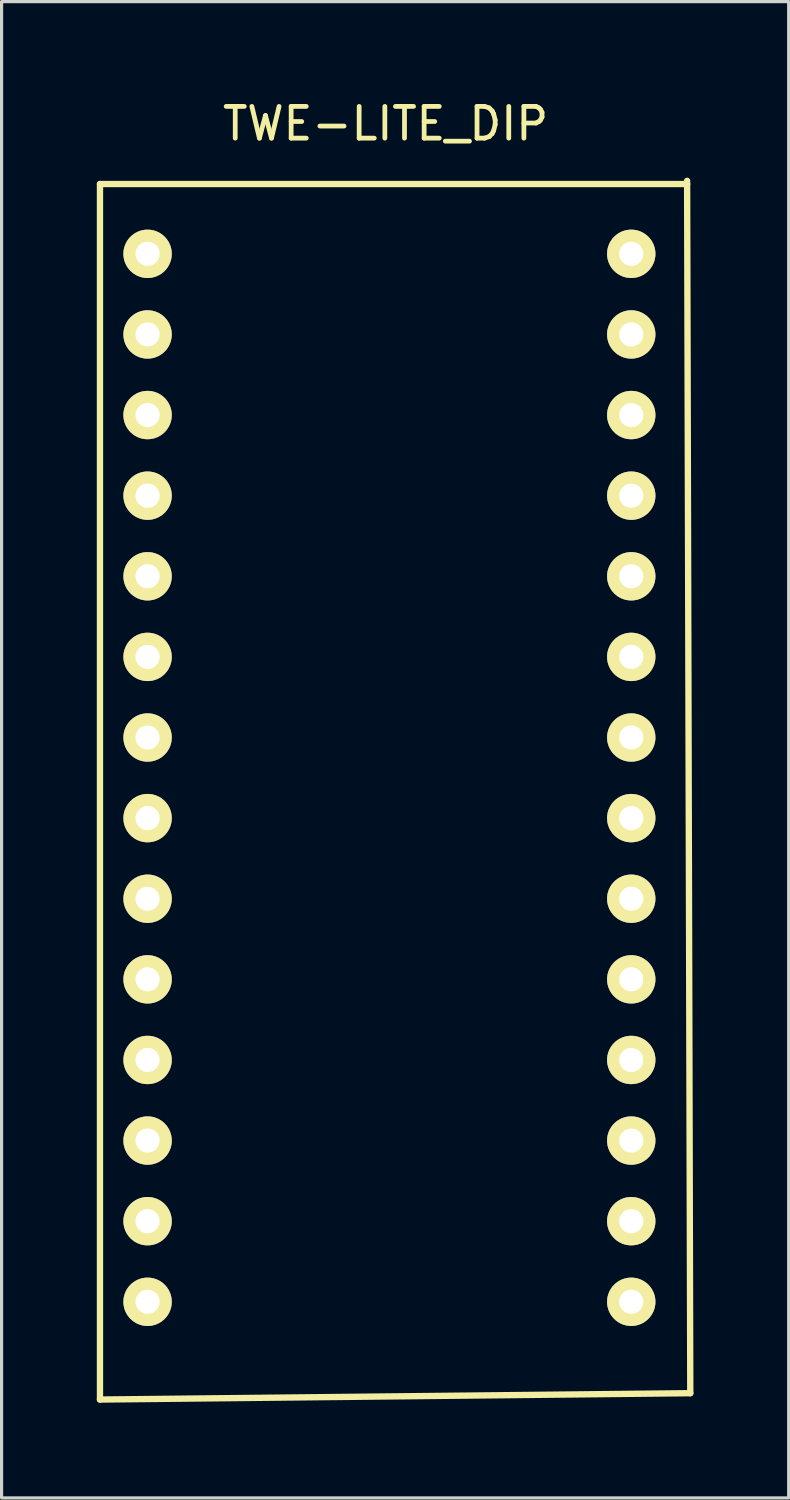
<source format=kicad_pcb>
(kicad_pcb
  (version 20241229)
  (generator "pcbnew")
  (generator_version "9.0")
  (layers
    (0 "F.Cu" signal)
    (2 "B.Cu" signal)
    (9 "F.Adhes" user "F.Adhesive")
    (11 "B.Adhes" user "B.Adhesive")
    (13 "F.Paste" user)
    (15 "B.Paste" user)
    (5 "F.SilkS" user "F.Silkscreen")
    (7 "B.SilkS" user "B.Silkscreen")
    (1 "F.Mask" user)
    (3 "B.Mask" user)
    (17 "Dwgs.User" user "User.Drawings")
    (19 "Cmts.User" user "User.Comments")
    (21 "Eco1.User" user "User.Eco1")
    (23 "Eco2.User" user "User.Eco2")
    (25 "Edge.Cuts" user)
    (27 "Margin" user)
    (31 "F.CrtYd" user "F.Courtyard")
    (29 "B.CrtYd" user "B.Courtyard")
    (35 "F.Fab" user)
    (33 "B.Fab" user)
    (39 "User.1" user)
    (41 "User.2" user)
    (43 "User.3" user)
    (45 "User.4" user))
  (footprint "TWE-LITE_DIP"
    (layer "F.Cu")
    (at 9.1 22.448)
    (property "Reference" "TWE-LITE_DIP" (at 0 -21.6 0) (layer "F.SilkS") (effects (font (size 1 1) (thickness 0.15))))
    (attr through_hole)
    (fp_line (start -9 -19.7) (end -9 18.6) (stroke (width 0.2) (type solid)) (layer "F.SilkS"))
    (fp_line (start -9 -19.7) (end 9.5 -19.7) (stroke (width 0.2) (type solid)) (layer "F.SilkS"))
    (fp_line (start -9 18.6) (end 9.6 18.4) (stroke (width 0.2) (type solid)) (layer "F.SilkS"))
    (fp_line (start 9.6 18.4) (end 9.5 -19.8) (stroke (width 0.2) (type solid)) (layer "F.SilkS"))
    (pad "1" thru_hole circle (at -7.5 -17.5) (size 1.524 1.524) (drill 0.762) (layers "*.Cu" "*.Mask" "F.SilkS"))
    (pad "2" thru_hole circle (at -7.5 -14.96) (size 1.524 1.524) (drill 0.762) (layers "*.Cu" "*.Mask" "F.SilkS"))
    (pad "3" thru_hole circle (at -7.5 -12.42) (size 1.524 1.524) (drill 0.762) (layers "*.Cu" "*.Mask" "F.SilkS"))
    (pad "4" thru_hole circle (at -7.5 -9.88) (size 1.524 1.524) (drill 0.762) (layers "*.Cu" "*.Mask" "F.SilkS"))
    (pad "5" thru_hole circle (at -7.5 -7.34) (size 1.524 1.524) (drill 0.762) (layers "*.Cu" "*.Mask" "F.SilkS"))
    (pad "6" thru_hole circle (at -7.5 -4.8) (size 1.524 1.524) (drill 0.762) (layers "*.Cu" "*.Mask" "F.SilkS"))
    (pad "7" thru_hole circle (at -7.5 -2.26) (size 1.524 1.524) (drill 0.762) (layers "*.Cu" "*.Mask" "F.SilkS"))
    (pad "8" thru_hole circle (at -7.5 0.28) (size 1.524 1.524) (drill 0.762) (layers "*.Cu" "*.Mask" "F.SilkS"))
    (pad "9" thru_hole circle (at -7.5 2.82) (size 1.524 1.524) (drill 0.762) (layers "*.Cu" "*.Mask" "F.SilkS"))
    (pad "10" thru_hole circle (at -7.5 5.36) (size 1.524 1.524) (drill 0.762) (layers "*.Cu" "*.Mask" "F.SilkS"))
    (pad "11" thru_hole circle (at -7.5 7.9) (size 1.524 1.524) (drill 0.762) (layers "*.Cu" "*.Mask" "F.SilkS"))
    (pad "12" thru_hole circle (at -7.5 10.44) (size 1.524 1.524) (drill 0.762) (layers "*.Cu" "*.Mask" "F.SilkS"))
    (pad "13" thru_hole circle (at -7.5 12.98) (size 1.524 1.524) (drill 0.762) (layers "*.Cu" "*.Mask" "F.SilkS"))
    (pad "14" thru_hole circle (at -7.5 15.52) (size 1.524 1.524) (drill 0.762) (layers "*.Cu" "*.Mask" "F.SilkS"))
    (pad "15" thru_hole circle (at 7.74 15.52) (size 1.524 1.524) (drill 0.762) (layers "*.Cu" "*.Mask" "F.SilkS"))
    (pad "16" thru_hole circle (at 7.74 12.98) (size 1.524 1.524) (drill 0.762) (layers "*.Cu" "*.Mask" "F.SilkS"))
    (pad "17" thru_hole circle (at 7.74 10.44) (size 1.524 1.524) (drill 0.762) (layers "*.Cu" "*.Mask" "F.SilkS"))
    (pad "18" thru_hole circle (at 7.74 7.9) (size 1.524 1.524) (drill 0.762) (layers "*.Cu" "*.Mask" "F.SilkS"))
    (pad "19" thru_hole circle (at 7.74 5.36) (size 1.524 1.524) (drill 0.762) (layers "*.Cu" "*.Mask" "F.SilkS"))
    (pad "20" thru_hole circle (at 7.74 2.82) (size 1.524 1.524) (drill 0.762) (layers "*.Cu" "*.Mask" "F.SilkS"))
    (pad "21" thru_hole circle (at 7.74 0.28) (size 1.524 1.524) (drill 0.762) (layers "*.Cu" "*.Mask" "F.SilkS"))
    (pad "22" thru_hole circle (at 7.74 -2.26) (size 1.524 1.524) (drill 0.762) (layers "*.Cu" "*.Mask" "F.SilkS"))
    (pad "23" thru_hole circle (at 7.74 -4.8) (size 1.524 1.524) (drill 0.762) (layers "*.Cu" "*.Mask" "F.SilkS"))
    (pad "24" thru_hole circle (at 7.74 -7.34) (size 1.524 1.524) (drill 0.762) (layers "*.Cu" "*.Mask" "F.SilkS"))
    (pad "25" thru_hole circle (at 7.74 -9.88) (size 1.524 1.524) (drill 0.762) (layers "*.Cu" "*.Mask" "F.SilkS"))
    (pad "26" thru_hole circle (at 7.74 -12.42) (size 1.524 1.524) (drill 0.762) (layers "*.Cu" "*.Mask" "F.SilkS"))
    (pad "27" thru_hole circle (at 7.74 -14.96) (size 1.524 1.524) (drill 0.762) (layers "*.Cu" "*.Mask" "F.SilkS"))
    (pad "28" thru_hole circle (at 7.74 -17.5) (size 1.524 1.524) (drill 0.762) (layers "*.Cu" "*.Mask" "F.SilkS")))
  (gr_rect
    (start -3 -3)
    (end 21.8 44.148)
    (stroke (width 0.1) (type default))
    (fill no)
    (layer "Edge.Cuts")))
</source>
